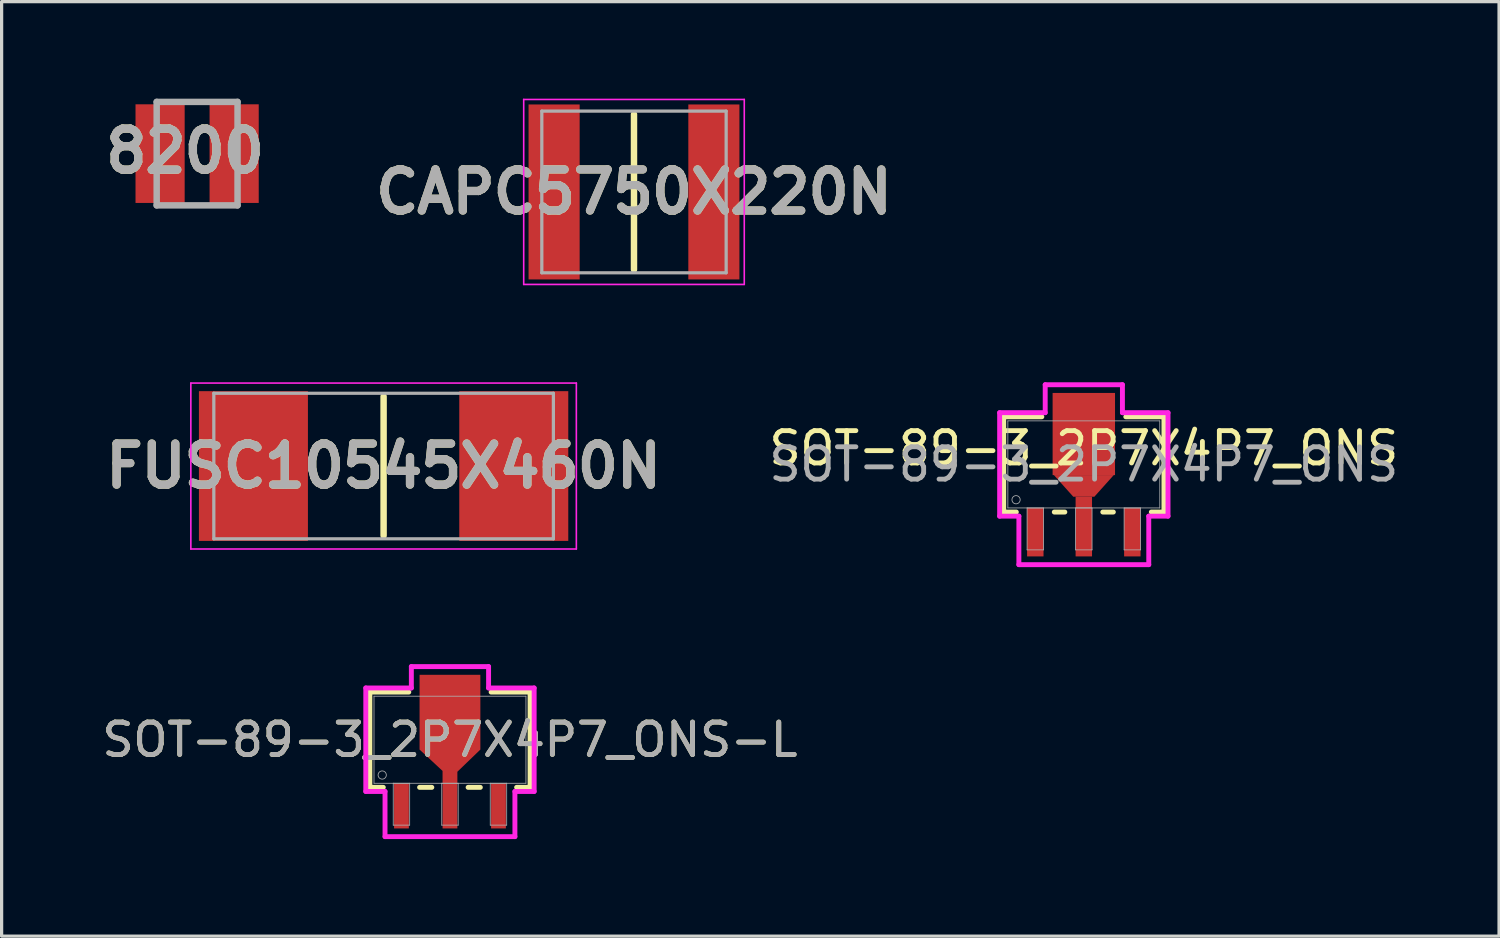
<source format=kicad_pcb>
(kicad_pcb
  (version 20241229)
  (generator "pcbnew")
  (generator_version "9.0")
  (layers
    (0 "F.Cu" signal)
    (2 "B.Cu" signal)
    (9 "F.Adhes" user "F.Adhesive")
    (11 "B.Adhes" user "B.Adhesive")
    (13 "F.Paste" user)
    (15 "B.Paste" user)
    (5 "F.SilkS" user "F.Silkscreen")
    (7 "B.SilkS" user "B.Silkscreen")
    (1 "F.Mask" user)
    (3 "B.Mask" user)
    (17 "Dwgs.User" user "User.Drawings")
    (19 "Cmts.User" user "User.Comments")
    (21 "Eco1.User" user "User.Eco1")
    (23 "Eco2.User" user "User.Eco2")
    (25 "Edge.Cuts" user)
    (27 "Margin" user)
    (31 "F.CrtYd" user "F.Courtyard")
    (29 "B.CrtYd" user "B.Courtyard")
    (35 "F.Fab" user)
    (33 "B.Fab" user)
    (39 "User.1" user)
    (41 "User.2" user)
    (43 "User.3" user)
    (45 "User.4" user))
  (footprint "SOT-89-3_2P7X4P7_ONS-L"
    (layer "F.Cu")
    (at 10.863 19.822)
    (property "Reference" "SOT-89-3_2P7X4P7_ONS-L" (at 0 0 0) (unlocked yes) (layer "F.SilkS") (effects (font (size 1 1) (thickness 0.15))))
    (attr smd)
    (fp_poly (pts (xy -0.229 1.346) (xy -0.229 0.965) (xy -0.94 0.305) (xy -0.94 -2.007) (xy 0.94 -2.007) (xy 0.94 0.305) (xy 0.229 0.991) (xy 0.229 1.346)) (stroke (width 0) (type solid)) (fill yes) (layer "F.Cu"))
    (fp_poly (pts (xy -0.229 1.321) (xy -0.229 0.965) (xy -0.914 0.279) (xy -0.914 -1.956) (xy 0.914 -1.956) (xy 0.914 0.279) (xy 0.229 0.965) (xy 0.229 1.321)) (stroke (width 0) (type solid)) (fill yes) (layer "F.Mask"))
    (fp_line (start -2.477 -1.473) (end -2.477 1.473) (stroke (width 0.152) (type solid)) (layer "F.SilkS"))
    (fp_line (start -2.477 1.473) (end -2.061 1.473) (stroke (width 0.152) (type solid)) (layer "F.SilkS"))
    (fp_line (start -1.273 -1.473) (end -2.477 -1.473) (stroke (width 0.152) (type solid)) (layer "F.SilkS"))
    (fp_line (start -0.939 1.473) (end -0.561 1.473) (stroke (width 0.152) (type solid)) (layer "F.SilkS"))
    (fp_line (start 0.561 1.473) (end 0.939 1.473) (stroke (width 0.152) (type solid)) (layer "F.SilkS"))
    (fp_line (start 2.061 1.473) (end 2.477 1.473) (stroke (width 0.152) (type solid)) (layer "F.SilkS"))
    (fp_line (start 2.477 -1.473) (end 1.273 -1.473) (stroke (width 0.152) (type solid)) (layer "F.SilkS"))
    (fp_line (start 2.477 1.473) (end 2.477 -1.473) (stroke (width 0.152) (type solid)) (layer "F.SilkS"))
    (fp_poly (pts (xy -0.229 1.321) (xy -0.229 0.965) (xy -0.914 0.279) (xy -0.914 -1.956) (xy 0.914 -1.956) (xy 0.914 0.279) (xy 0.229 0.965) (xy 0.229 1.321)) (stroke (width 0) (type solid)) (fill yes) (layer "F.Paste"))
    (fp_line (start -2.603 -1.6) (end -1.194 -1.6) (stroke (width 0.152) (type solid)) (layer "F.CrtYd"))
    (fp_line (start -2.603 1.6) (end -2.603 -1.6) (stroke (width 0.152) (type solid)) (layer "F.CrtYd"))
    (fp_line (start -2.008 1.6) (end -2.603 1.6) (stroke (width 0.152) (type solid)) (layer "F.CrtYd"))
    (fp_line (start -2.008 2.997) (end -2.008 1.6) (stroke (width 0.152) (type solid)) (layer "F.CrtYd"))
    (fp_line (start -1.194 -2.261) (end 1.194 -2.261) (stroke (width 0.152) (type solid)) (layer "F.CrtYd"))
    (fp_line (start -1.194 -1.6) (end -1.194 -2.261) (stroke (width 0.152) (type solid)) (layer "F.CrtYd"))
    (fp_line (start 1.194 -2.261) (end 1.194 -1.6) (stroke (width 0.152) (type solid)) (layer "F.CrtYd"))
    (fp_line (start 1.194 -1.6) (end 2.603 -1.6) (stroke (width 0.152) (type solid)) (layer "F.CrtYd"))
    (fp_line (start 2.008 1.6) (end 2.008 2.997) (stroke (width 0.152) (type solid)) (layer "F.CrtYd"))
    (fp_line (start 2.008 2.997) (end -2.008 2.997) (stroke (width 0.152) (type solid)) (layer "F.CrtYd"))
    (fp_line (start 2.603 -1.6) (end 2.603 1.6) (stroke (width 0.152) (type solid)) (layer "F.CrtYd"))
    (fp_line (start 2.603 1.6) (end 2.008 1.6) (stroke (width 0.152) (type solid)) (layer "F.CrtYd"))
    (fp_line (start -2.349 -1.346) (end -2.349 1.346) (stroke (width 0.025) (type solid)) (layer "F.Fab"))
    (fp_line (start -2.349 1.346) (end 2.349 1.346) (stroke (width 0.025) (type solid)) (layer "F.Fab"))
    (fp_line (start -1.754 1.346) (end -1.754 2.642) (stroke (width 0.025) (type solid)) (layer "F.Fab"))
    (fp_line (start -1.754 2.642) (end -1.246 2.642) (stroke (width 0.025) (type solid)) (layer "F.Fab"))
    (fp_line (start -1.246 1.346) (end -1.754 1.346) (stroke (width 0.025) (type solid)) (layer "F.Fab"))
    (fp_line (start -1.246 2.642) (end -1.246 1.346) (stroke (width 0.025) (type solid)) (layer "F.Fab"))
    (fp_line (start -0.254 1.346) (end -0.254 2.642) (stroke (width 0.025) (type solid)) (layer "F.Fab"))
    (fp_line (start -0.254 2.642) (end 0.254 2.642) (stroke (width 0.025) (type solid)) (layer "F.Fab"))
    (fp_line (start 0.254 1.346) (end -0.254 1.346) (stroke (width 0.025) (type solid)) (layer "F.Fab"))
    (fp_line (start 0.254 2.642) (end 0.254 1.346) (stroke (width 0.025) (type solid)) (layer "F.Fab"))
    (fp_line (start 1.246 1.346) (end 1.246 2.642) (stroke (width 0.025) (type solid)) (layer "F.Fab"))
    (fp_line (start 1.246 2.642) (end 1.754 2.642) (stroke (width 0.025) (type solid)) (layer "F.Fab"))
    (fp_line (start 1.754 1.346) (end 1.246 1.346) (stroke (width 0.025) (type solid)) (layer "F.Fab"))
    (fp_line (start 1.754 2.642) (end 1.754 1.346) (stroke (width 0.025) (type solid)) (layer "F.Fab"))
    (fp_line (start 2.349 -1.346) (end -2.349 -1.346) (stroke (width 0.025) (type solid)) (layer "F.Fab"))
    (fp_line (start 2.349 1.346) (end 2.349 -1.346) (stroke (width 0.025) (type solid)) (layer "F.Fab"))
    (fp_circle (center -2.095 1.092) (end -1.968 1.092) (stroke (width 0.025) (type solid)) (fill no) (layer "F.Fab"))
    (fp_text user "${REFERENCE}" (at 0 0 0) (unlocked yes) (layer "F.Fab") (effects (font (size 1 1) (thickness 0.15))))
    (pad "1" smd rect (at -1.5 2.045) (size 0.457 1.397) (layers "F.Cu" "F.Mask" "F.Paste"))
    (pad "2" smd rect (at 0 2.045) (size 0.457 1.397) (layers "F.Cu" "F.Mask" "F.Paste"))
    (pad "3" smd rect (at 1.5 2.045) (size 0.457 1.397) (layers "F.Cu" "F.Mask" "F.Paste")))
  (footprint "CAPC5750X220N"
    (layer "F.Cu")
    (at 16.553 2.885)
    (property "Reference" "CAPC5750X220N" (at 0 0 0) (layer "F.SilkS") (effects (font (size 1.27 1.27) (thickness 0.254))))
    (attr smd)
    (fp_line (start 0 -2.4) (end 0 2.4) (stroke (width 0.2) (type solid)) (layer "F.SilkS"))
    (fp_line (start -3.41 -2.86) (end 3.41 -2.86) (stroke (width 0.05) (type solid)) (layer "F.CrtYd"))
    (fp_line (start -3.41 2.86) (end -3.41 -2.86) (stroke (width 0.05) (type solid)) (layer "F.CrtYd"))
    (fp_line (start 3.41 -2.86) (end 3.41 2.86) (stroke (width 0.05) (type solid)) (layer "F.CrtYd"))
    (fp_line (start 3.41 2.86) (end -3.41 2.86) (stroke (width 0.05) (type solid)) (layer "F.CrtYd"))
    (fp_line (start -2.85 -2.5) (end 2.85 -2.5) (stroke (width 0.1) (type solid)) (layer "F.Fab"))
    (fp_line (start -2.85 2.5) (end -2.85 -2.5) (stroke (width 0.1) (type solid)) (layer "F.Fab"))
    (fp_line (start 2.85 -2.5) (end 2.85 2.5) (stroke (width 0.1) (type solid)) (layer "F.Fab"))
    (fp_line (start 2.85 2.5) (end -2.85 2.5) (stroke (width 0.1) (type solid)) (layer "F.Fab"))
    (fp_text user "${REFERENCE}" (at 0 0 0) (layer "F.Fab") (effects (font (size 1.27 1.27) (thickness 0.254))))
    (pad "1" smd rect (at -2.47 0) (size 1.58 5.41) (layers "F.Cu" "F.Mask" "F.Paste"))
    (pad "2" smd rect (at 2.47 0) (size 1.58 5.41) (layers "F.Cu" "F.Mask" "F.Paste")))
  (footprint "8200"
    (layer "F.Cu")
    (at 3.045 1.7)
    (property "Reference" "8200" (at -0.372 -0.078 0) (layer "F.SilkS") (effects (font (size 1.27 1.27) (thickness 0.254))))
    (attr smd)
    (fp_line (start -1.25 -1.6) (end 1.25 -1.6) (stroke (width 0.2) (type solid)) (layer "F.Fab"))
    (fp_line (start -1.25 1.6) (end -1.25 -1.6) (stroke (width 0.2) (type solid)) (layer "F.Fab"))
    (fp_line (start 1.25 -1.6) (end 1.25 1.6) (stroke (width 0.2) (type solid)) (layer "F.Fab"))
    (fp_line (start 1.25 1.6) (end -1.25 1.6) (stroke (width 0.2) (type solid)) (layer "F.Fab"))
    (fp_text user "${REFERENCE}" (at -0.372 -0.078 0) (layer "F.Fab") (effects (font (size 1.27 1.27) (thickness 0.254))))
    (pad "1" smd rect (at -1.145 0) (size 1.52 3.05) (layers "F.Cu" "F.Mask" "F.Paste"))
    (pad "2" smd rect (at 1.145 0) (size 1.52 3.05) (layers "F.Cu" "F.Mask" "F.Paste")))
  (footprint "SOT-89-3_2P7X4P7_ONS"
    (layer "F.Cu")
    (at 30.462 11.31)
    (property "Reference" "SOT-89-3_2P7X4P7_ONS" (at 0 -0.5 0) (unlocked yes) (layer "F.SilkS") (effects (font (size 1 1) (thickness 0.15))))
    (attr smd)
    (fp_line (start -2.477 -1.473) (end -2.477 1.473) (stroke (width 0.152) (type solid)) (layer "F.SilkS"))
    (fp_line (start -2.477 1.473) (end -2.087 1.473) (stroke (width 0.152) (type solid)) (layer "F.SilkS"))
    (fp_line (start -1.298 -1.473) (end -2.477 -1.473) (stroke (width 0.152) (type solid)) (layer "F.SilkS"))
    (fp_line (start -0.913 1.473) (end -0.587 1.473) (stroke (width 0.152) (type solid)) (layer "F.SilkS"))
    (fp_line (start 0.587 1.473) (end 0.913 1.473) (stroke (width 0.152) (type solid)) (layer "F.SilkS"))
    (fp_line (start 2.087 1.473) (end 2.477 1.473) (stroke (width 0.152) (type solid)) (layer "F.SilkS"))
    (fp_line (start 2.477 -1.473) (end 1.298 -1.473) (stroke (width 0.152) (type solid)) (layer "F.SilkS"))
    (fp_line (start 2.477 1.473) (end 2.477 -1.473) (stroke (width 0.152) (type solid)) (layer "F.SilkS"))
    (fp_line (start -2.603 -1.6) (end -1.194 -1.6) (stroke (width 0.152) (type solid)) (layer "F.CrtYd"))
    (fp_line (start -2.603 1.6) (end -2.603 -1.6) (stroke (width 0.152) (type solid)) (layer "F.CrtYd"))
    (fp_line (start -2.008 1.6) (end -2.603 1.6) (stroke (width 0.152) (type solid)) (layer "F.CrtYd"))
    (fp_line (start -2.008 3.099) (end -2.008 1.6) (stroke (width 0.152) (type solid)) (layer "F.CrtYd"))
    (fp_line (start -1.194 -2.464) (end 1.194 -2.464) (stroke (width 0.152) (type solid)) (layer "F.CrtYd"))
    (fp_line (start -1.194 -1.6) (end -1.194 -2.464) (stroke (width 0.152) (type solid)) (layer "F.CrtYd"))
    (fp_line (start 1.194 -2.464) (end 1.194 -1.6) (stroke (width 0.152) (type solid)) (layer "F.CrtYd"))
    (fp_line (start 1.194 -1.6) (end 2.603 -1.6) (stroke (width 0.152) (type solid)) (layer "F.CrtYd"))
    (fp_line (start 2.008 1.6) (end 2.008 3.099) (stroke (width 0.152) (type solid)) (layer "F.CrtYd"))
    (fp_line (start 2.008 3.099) (end -2.008 3.099) (stroke (width 0.152) (type solid)) (layer "F.CrtYd"))
    (fp_line (start 2.603 -1.6) (end 2.603 1.6) (stroke (width 0.152) (type solid)) (layer "F.CrtYd"))
    (fp_line (start 2.603 1.6) (end 2.008 1.6) (stroke (width 0.152) (type solid)) (layer "F.CrtYd"))
    (fp_line (start -2.349 -1.346) (end -2.349 1.346) (stroke (width 0.025) (type solid)) (layer "F.Fab"))
    (fp_line (start -2.349 1.346) (end 2.349 1.346) (stroke (width 0.025) (type solid)) (layer "F.Fab"))
    (fp_line (start -1.754 1.346) (end -1.754 2.642) (stroke (width 0.025) (type solid)) (layer "F.Fab"))
    (fp_line (start -1.754 2.642) (end -1.246 2.642) (stroke (width 0.025) (type solid)) (layer "F.Fab"))
    (fp_line (start -1.246 1.346) (end -1.754 1.346) (stroke (width 0.025) (type solid)) (layer "F.Fab"))
    (fp_line (start -1.246 2.642) (end -1.246 1.346) (stroke (width 0.025) (type solid)) (layer "F.Fab"))
    (fp_line (start -0.254 1.346) (end -0.254 2.642) (stroke (width 0.025) (type solid)) (layer "F.Fab"))
    (fp_line (start -0.254 2.642) (end 0.254 2.642) (stroke (width 0.025) (type solid)) (layer "F.Fab"))
    (fp_line (start 0.254 1.346) (end -0.254 1.346) (stroke (width 0.025) (type solid)) (layer "F.Fab"))
    (fp_line (start 0.254 2.642) (end 0.254 1.346) (stroke (width 0.025) (type solid)) (layer "F.Fab"))
    (fp_line (start 1.246 1.346) (end 1.246 2.642) (stroke (width 0.025) (type solid)) (layer "F.Fab"))
    (fp_line (start 1.246 2.642) (end 1.754 2.642) (stroke (width 0.025) (type solid)) (layer "F.Fab"))
    (fp_line (start 1.754 1.346) (end 1.246 1.346) (stroke (width 0.025) (type solid)) (layer "F.Fab"))
    (fp_line (start 1.754 2.642) (end 1.754 1.346) (stroke (width 0.025) (type solid)) (layer "F.Fab"))
    (fp_line (start 2.349 -1.346) (end -2.349 -1.346) (stroke (width 0.025) (type solid)) (layer "F.Fab"))
    (fp_line (start 2.349 1.346) (end 2.349 -1.346) (stroke (width 0.025) (type solid)) (layer "F.Fab"))
    (fp_circle (center -2.095 1.092) (end -1.968 1.092) (stroke (width 0.025) (type solid)) (fill no) (layer "F.Fab"))
    (fp_poly (pts (xy -0.254 1.346) (xy -0.254 0.991) (xy -0.94 0.305) (xy -0.94 -2.057) (xy 0.94 -2.057) (xy 0.94 0.305) (xy 0.254 0.991) (xy 0.254 1.346)) (stroke (width 0.1) (type solid)) (fill no) (layer "User.1"))
    (fp_poly (pts (xy -0.254 1.346) (xy -0.254 0.991) (xy -0.94 0.305) (xy -0.94 -2.057) (xy 0.94 -2.057) (xy 0.94 0.305) (xy 0.254 0.991) (xy 0.254 1.346)) (stroke (width 0.1) (type solid)) (fill no) (layer "User.2"))
    (fp_poly (pts (xy -0.254 1.346) (xy -0.254 0.991) (xy -0.965 0.33) (xy -0.965 -2.21) (xy 0.965 -2.21) (xy 0.965 0.33) (xy 0.254 1.016) (xy 0.254 1.346)) (stroke (width 0.1) (type solid)) (fill no) (layer "User.3"))
    (fp_text user "${REFERENCE}" (at 0 0 0) (unlocked yes) (layer "F.Fab") (effects (font (size 1 1) (thickness 0.15))))
    (pad "1" smd rect (at -1.5 2.095) (size 0.508 1.499) (layers "F.Cu" "F.Mask" "F.Paste"))
    (pad "2" smd rect (at 0 -0.94 90) (size 2.54 1.93) (layers "F.Cu" "F.Mask" "F.Paste"))
    (pad "2" smd trapezoid (at 0 0.665 270) (size 0.67 1.25) (rect_delta 0.6 0) (layers "F.Cu" "F.Mask" "F.Paste"))
    (pad "2" smd rect (at 0 1.922) (size 0.508 1.845) (layers "F.Cu" "F.Mask" "F.Paste"))
    (pad "3" smd rect (at 1.5 2.095) (size 0.508 1.499) (layers "F.Cu" "F.Mask" "F.Paste")))
  (footprint "FUSC10545X460N"
    (layer "F.Cu")
    (at 8.811 11.36)
    (property "Reference" "FUSC10545X460N" (at 0 0 0) (layer "F.SilkS") (effects (font (size 1.27 1.27) (thickness 0.254))))
    (attr smd)
    (fp_line (start 0 -2.15) (end 0 2.15) (stroke (width 0.2) (type solid)) (layer "F.SilkS"))
    (fp_line (start -5.96 -2.565) (end 5.96 -2.565) (stroke (width 0.05) (type solid)) (layer "F.CrtYd"))
    (fp_line (start -5.96 2.565) (end -5.96 -2.565) (stroke (width 0.05) (type solid)) (layer "F.CrtYd"))
    (fp_line (start 5.96 -2.565) (end 5.96 2.565) (stroke (width 0.05) (type solid)) (layer "F.CrtYd"))
    (fp_line (start 5.96 2.565) (end -5.96 2.565) (stroke (width 0.05) (type solid)) (layer "F.CrtYd"))
    (fp_line (start -5.25 -2.25) (end 5.25 -2.25) (stroke (width 0.1) (type solid)) (layer "F.Fab"))
    (fp_line (start -5.25 2.25) (end -5.25 -2.25) (stroke (width 0.1) (type solid)) (layer "F.Fab"))
    (fp_line (start 5.25 -2.25) (end 5.25 2.25) (stroke (width 0.1) (type solid)) (layer "F.Fab"))
    (fp_line (start 5.25 2.25) (end -5.25 2.25) (stroke (width 0.1) (type solid)) (layer "F.Fab"))
    (fp_text user "${REFERENCE}" (at 0 0 0) (layer "F.Fab") (effects (font (size 1.27 1.27) (thickness 0.254))))
    (pad "1" smd rect (at -4.025 0) (size 3.37 4.63) (layers "F.Cu" "F.Mask" "F.Paste"))
    (pad "2" smd rect (at 4.025 0) (size 3.37 4.63) (layers "F.Cu" "F.Mask" "F.Paste")))
  (gr_rect
    (start -3 -3)
    (end 43.301 25.895)
    (stroke (width 0.1) (type default))
    (fill no)
    (layer "Edge.Cuts")))
</source>
